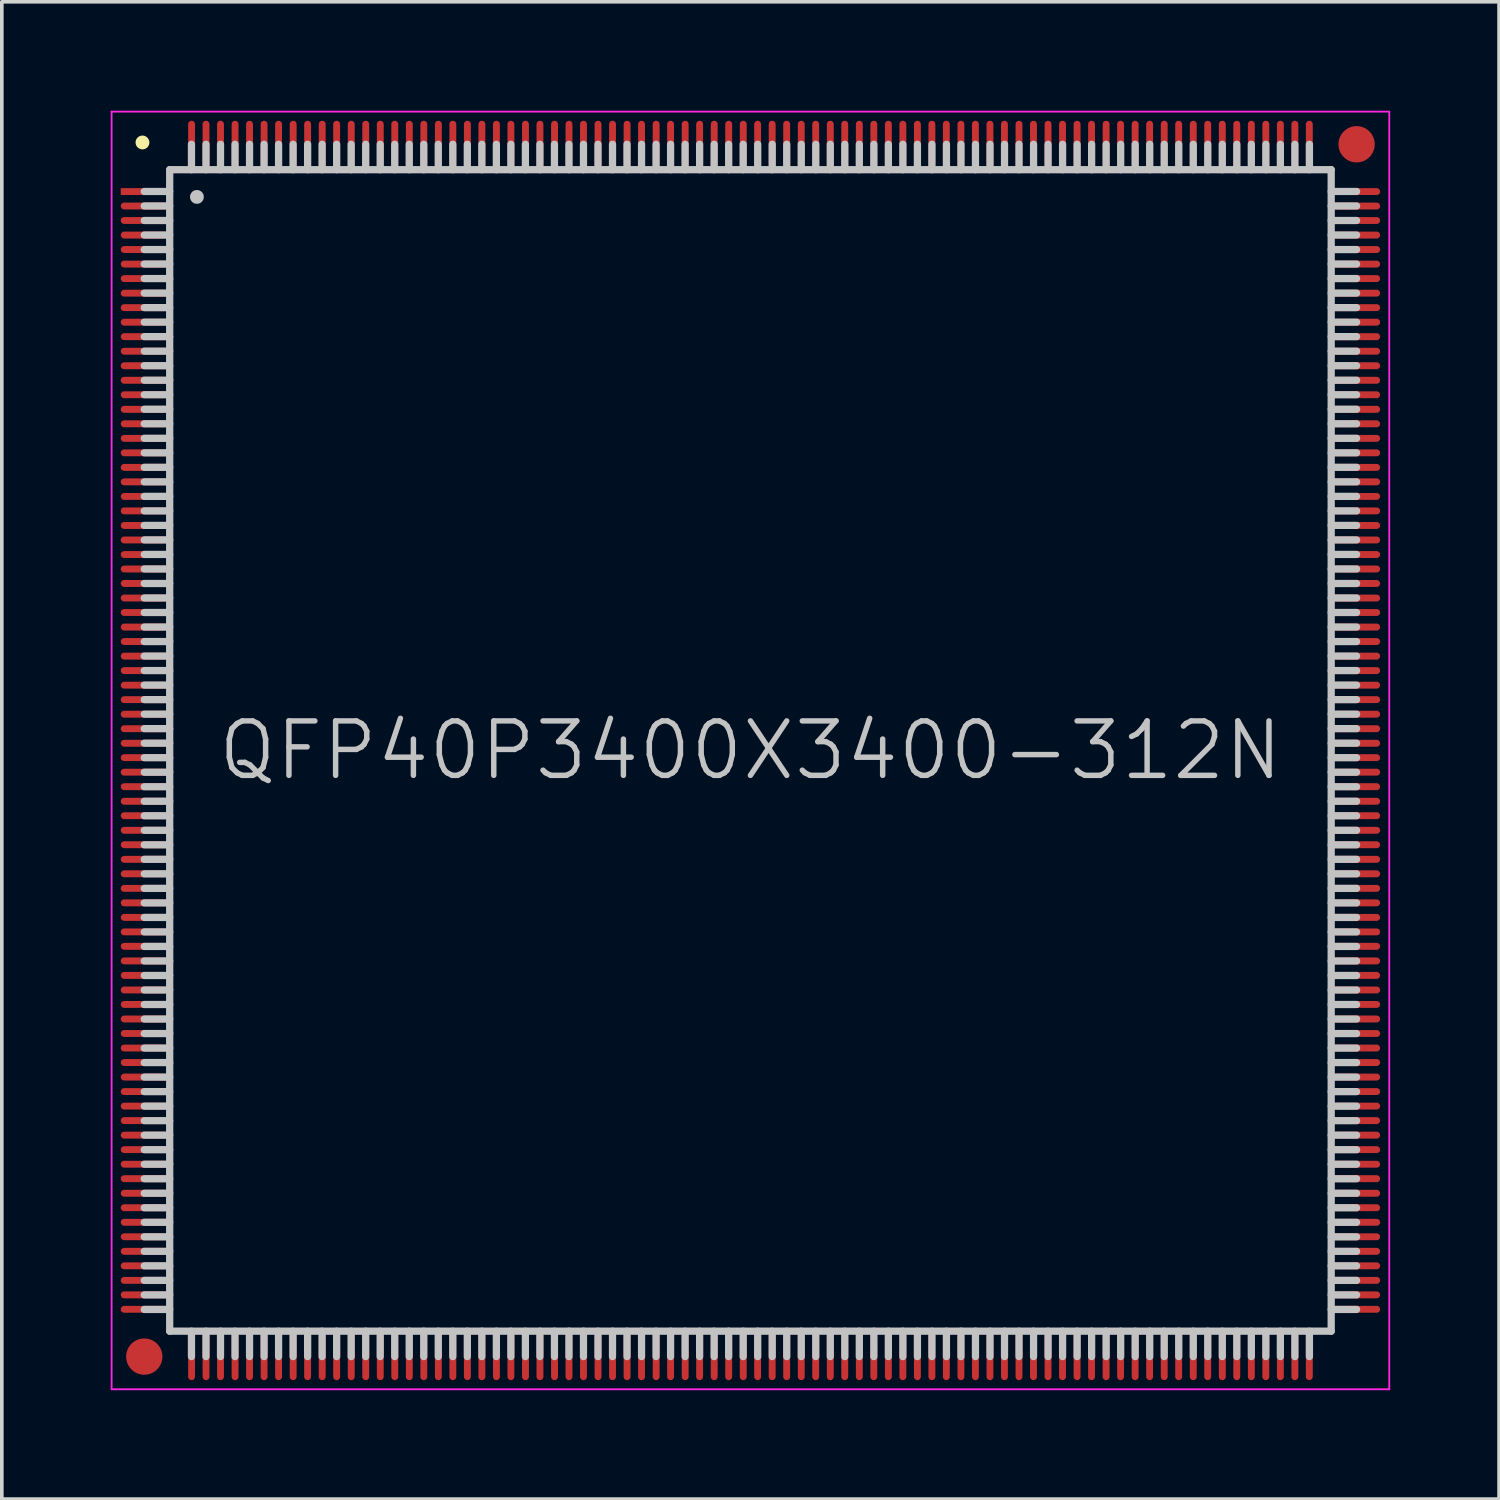
<source format=kicad_pcb>
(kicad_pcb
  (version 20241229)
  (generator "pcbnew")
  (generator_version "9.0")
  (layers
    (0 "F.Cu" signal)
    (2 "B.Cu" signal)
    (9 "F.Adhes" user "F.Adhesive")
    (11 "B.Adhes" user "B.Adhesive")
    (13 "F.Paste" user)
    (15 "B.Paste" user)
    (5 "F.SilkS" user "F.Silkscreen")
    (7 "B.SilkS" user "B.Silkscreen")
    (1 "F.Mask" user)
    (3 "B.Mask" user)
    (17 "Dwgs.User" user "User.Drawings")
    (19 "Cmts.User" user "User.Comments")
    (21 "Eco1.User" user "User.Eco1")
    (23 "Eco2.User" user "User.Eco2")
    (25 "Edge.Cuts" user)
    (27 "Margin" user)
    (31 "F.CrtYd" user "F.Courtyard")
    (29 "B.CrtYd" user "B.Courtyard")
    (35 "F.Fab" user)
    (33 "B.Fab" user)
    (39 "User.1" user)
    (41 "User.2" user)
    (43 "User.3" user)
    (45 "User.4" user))
  (footprint "QFP40P3400X3400-312N"
    (layer "F.Cu")
    (at 17.625 17.625)
    (property "Reference" "QFP40P3400X3400-312N" (at 0 0 0) (layer "Dwgs.User") (effects (font (size 1.5 1.5) (thickness 0.15))))
    (attr smd)
    (fp_line (start -16.75 -16.75) (end -16.75 -16.75) (stroke (width 0.381) (type solid)) (layer "F.SilkS"))
    (fp_line (start -16 -16) (end -16 16) (stroke (width 0.2) (type solid)) (layer "Dwgs.User"))
    (fp_line (start -16 -16) (end 16 -16) (stroke (width 0.2) (type solid)) (layer "Dwgs.User"))
    (fp_line (start -16 -15.4) (end -16.7 -15.4) (stroke (width 0.2) (type solid)) (layer "Dwgs.User"))
    (fp_line (start -16 -15) (end -16.7 -15) (stroke (width 0.2) (type solid)) (layer "Dwgs.User"))
    (fp_line (start -16 -14.6) (end -16.7 -14.6) (stroke (width 0.2) (type solid)) (layer "Dwgs.User"))
    (fp_line (start -16 -14.2) (end -16.7 -14.2) (stroke (width 0.2) (type solid)) (layer "Dwgs.User"))
    (fp_line (start -16 -13.8) (end -16.7 -13.8) (stroke (width 0.2) (type solid)) (layer "Dwgs.User"))
    (fp_line (start -16 -13.4) (end -16.7 -13.4) (stroke (width 0.2) (type solid)) (layer "Dwgs.User"))
    (fp_line (start -16 -13) (end -16.7 -13) (stroke (width 0.2) (type solid)) (layer "Dwgs.User"))
    (fp_line (start -16 -12.6) (end -16.7 -12.6) (stroke (width 0.2) (type solid)) (layer "Dwgs.User"))
    (fp_line (start -16 -12.2) (end -16.7 -12.2) (stroke (width 0.2) (type solid)) (layer "Dwgs.User"))
    (fp_line (start -16 -11.8) (end -16.7 -11.8) (stroke (width 0.2) (type solid)) (layer "Dwgs.User"))
    (fp_line (start -16 -11.4) (end -16.7 -11.4) (stroke (width 0.2) (type solid)) (layer "Dwgs.User"))
    (fp_line (start -16 -11) (end -16.7 -11) (stroke (width 0.2) (type solid)) (layer "Dwgs.User"))
    (fp_line (start -16 -10.6) (end -16.7 -10.6) (stroke (width 0.2) (type solid)) (layer "Dwgs.User"))
    (fp_line (start -16 -10.2) (end -16.7 -10.2) (stroke (width 0.2) (type solid)) (layer "Dwgs.User"))
    (fp_line (start -16 -9.8) (end -16.7 -9.8) (stroke (width 0.2) (type solid)) (layer "Dwgs.User"))
    (fp_line (start -16 -9.4) (end -16.7 -9.4) (stroke (width 0.2) (type solid)) (layer "Dwgs.User"))
    (fp_line (start -16 -9) (end -16.7 -9) (stroke (width 0.2) (type solid)) (layer "Dwgs.User"))
    (fp_line (start -16 -8.6) (end -16.7 -8.6) (stroke (width 0.2) (type solid)) (layer "Dwgs.User"))
    (fp_line (start -16 -8.2) (end -16.7 -8.2) (stroke (width 0.2) (type solid)) (layer "Dwgs.User"))
    (fp_line (start -16 -7.8) (end -16.7 -7.8) (stroke (width 0.2) (type solid)) (layer "Dwgs.User"))
    (fp_line (start -16 -7.4) (end -16.7 -7.4) (stroke (width 0.2) (type solid)) (layer "Dwgs.User"))
    (fp_line (start -16 -7) (end -16.7 -7) (stroke (width 0.2) (type solid)) (layer "Dwgs.User"))
    (fp_line (start -16 -6.6) (end -16.7 -6.6) (stroke (width 0.2) (type solid)) (layer "Dwgs.User"))
    (fp_line (start -16 -6.2) (end -16.7 -6.2) (stroke (width 0.2) (type solid)) (layer "Dwgs.User"))
    (fp_line (start -16 -5.8) (end -16.7 -5.8) (stroke (width 0.2) (type solid)) (layer "Dwgs.User"))
    (fp_line (start -16 -5.4) (end -16.7 -5.4) (stroke (width 0.2) (type solid)) (layer "Dwgs.User"))
    (fp_line (start -16 -5) (end -16.7 -5) (stroke (width 0.2) (type solid)) (layer "Dwgs.User"))
    (fp_line (start -16 -4.6) (end -16.7 -4.6) (stroke (width 0.2) (type solid)) (layer "Dwgs.User"))
    (fp_line (start -16 -4.2) (end -16.7 -4.2) (stroke (width 0.2) (type solid)) (layer "Dwgs.User"))
    (fp_line (start -16 -3.8) (end -16.7 -3.8) (stroke (width 0.2) (type solid)) (layer "Dwgs.User"))
    (fp_line (start -16 -3.4) (end -16.7 -3.4) (stroke (width 0.2) (type solid)) (layer "Dwgs.User"))
    (fp_line (start -16 -3) (end -16.7 -3) (stroke (width 0.2) (type solid)) (layer "Dwgs.User"))
    (fp_line (start -16 -2.6) (end -16.7 -2.6) (stroke (width 0.2) (type solid)) (layer "Dwgs.User"))
    (fp_line (start -16 -2.2) (end -16.7 -2.2) (stroke (width 0.2) (type solid)) (layer "Dwgs.User"))
    (fp_line (start -16 -1.8) (end -16.7 -1.8) (stroke (width 0.2) (type solid)) (layer "Dwgs.User"))
    (fp_line (start -16 -1.4) (end -16.7 -1.4) (stroke (width 0.2) (type solid)) (layer "Dwgs.User"))
    (fp_line (start -16 -1) (end -16.7 -1) (stroke (width 0.2) (type solid)) (layer "Dwgs.User"))
    (fp_line (start -16 -0.6) (end -16.7 -0.6) (stroke (width 0.2) (type solid)) (layer "Dwgs.User"))
    (fp_line (start -16 -0.2) (end -16.7 -0.2) (stroke (width 0.2) (type solid)) (layer "Dwgs.User"))
    (fp_line (start -16 0.2) (end -16.7 0.2) (stroke (width 0.2) (type solid)) (layer "Dwgs.User"))
    (fp_line (start -16 0.6) (end -16.7 0.6) (stroke (width 0.2) (type solid)) (layer "Dwgs.User"))
    (fp_line (start -16 1) (end -16.7 1) (stroke (width 0.2) (type solid)) (layer "Dwgs.User"))
    (fp_line (start -16 1.4) (end -16.7 1.4) (stroke (width 0.2) (type solid)) (layer "Dwgs.User"))
    (fp_line (start -16 1.8) (end -16.7 1.8) (stroke (width 0.2) (type solid)) (layer "Dwgs.User"))
    (fp_line (start -16 2.2) (end -16.7 2.2) (stroke (width 0.2) (type solid)) (layer "Dwgs.User"))
    (fp_line (start -16 2.6) (end -16.7 2.6) (stroke (width 0.2) (type solid)) (layer "Dwgs.User"))
    (fp_line (start -16 3) (end -16.7 3) (stroke (width 0.2) (type solid)) (layer "Dwgs.User"))
    (fp_line (start -16 3.4) (end -16.7 3.4) (stroke (width 0.2) (type solid)) (layer "Dwgs.User"))
    (fp_line (start -16 3.8) (end -16.7 3.8) (stroke (width 0.2) (type solid)) (layer "Dwgs.User"))
    (fp_line (start -16 4.2) (end -16.7 4.2) (stroke (width 0.2) (type solid)) (layer "Dwgs.User"))
    (fp_line (start -16 4.6) (end -16.7 4.6) (stroke (width 0.2) (type solid)) (layer "Dwgs.User"))
    (fp_line (start -16 5) (end -16.7 5) (stroke (width 0.2) (type solid)) (layer "Dwgs.User"))
    (fp_line (start -16 5.4) (end -16.7 5.4) (stroke (width 0.2) (type solid)) (layer "Dwgs.User"))
    (fp_line (start -16 5.8) (end -16.7 5.8) (stroke (width 0.2) (type solid)) (layer "Dwgs.User"))
    (fp_line (start -16 6.2) (end -16.7 6.2) (stroke (width 0.2) (type solid)) (layer "Dwgs.User"))
    (fp_line (start -16 6.6) (end -16.7 6.6) (stroke (width 0.2) (type solid)) (layer "Dwgs.User"))
    (fp_line (start -16 7) (end -16.7 7) (stroke (width 0.2) (type solid)) (layer "Dwgs.User"))
    (fp_line (start -16 7.4) (end -16.7 7.4) (stroke (width 0.2) (type solid)) (layer "Dwgs.User"))
    (fp_line (start -16 7.8) (end -16.7 7.8) (stroke (width 0.2) (type solid)) (layer "Dwgs.User"))
    (fp_line (start -16 8.2) (end -16.7 8.2) (stroke (width 0.2) (type solid)) (layer "Dwgs.User"))
    (fp_line (start -16 8.6) (end -16.7 8.6) (stroke (width 0.2) (type solid)) (layer "Dwgs.User"))
    (fp_line (start -16 9) (end -16.7 9) (stroke (width 0.2) (type solid)) (layer "Dwgs.User"))
    (fp_line (start -16 9.4) (end -16.7 9.4) (stroke (width 0.2) (type solid)) (layer "Dwgs.User"))
    (fp_line (start -16 9.8) (end -16.7 9.8) (stroke (width 0.2) (type solid)) (layer "Dwgs.User"))
    (fp_line (start -16 10.2) (end -16.7 10.2) (stroke (width 0.2) (type solid)) (layer "Dwgs.User"))
    (fp_line (start -16 10.6) (end -16.7 10.6) (stroke (width 0.2) (type solid)) (layer "Dwgs.User"))
    (fp_line (start -16 11) (end -16.7 11) (stroke (width 0.2) (type solid)) (layer "Dwgs.User"))
    (fp_line (start -16 11.4) (end -16.7 11.4) (stroke (width 0.2) (type solid)) (layer "Dwgs.User"))
    (fp_line (start -16 11.8) (end -16.7 11.8) (stroke (width 0.2) (type solid)) (layer "Dwgs.User"))
    (fp_line (start -16 12.2) (end -16.7 12.2) (stroke (width 0.2) (type solid)) (layer "Dwgs.User"))
    (fp_line (start -16 12.6) (end -16.7 12.6) (stroke (width 0.2) (type solid)) (layer "Dwgs.User"))
    (fp_line (start -16 13) (end -16.7 13) (stroke (width 0.2) (type solid)) (layer "Dwgs.User"))
    (fp_line (start -16 13.4) (end -16.7 13.4) (stroke (width 0.2) (type solid)) (layer "Dwgs.User"))
    (fp_line (start -16 13.8) (end -16.7 13.8) (stroke (width 0.2) (type solid)) (layer "Dwgs.User"))
    (fp_line (start -16 14.2) (end -16.7 14.2) (stroke (width 0.2) (type solid)) (layer "Dwgs.User"))
    (fp_line (start -16 14.6) (end -16.7 14.6) (stroke (width 0.2) (type solid)) (layer "Dwgs.User"))
    (fp_line (start -16 15) (end -16.7 15) (stroke (width 0.2) (type solid)) (layer "Dwgs.User"))
    (fp_line (start -16 15.4) (end -16.7 15.4) (stroke (width 0.2) (type solid)) (layer "Dwgs.User"))
    (fp_line (start -16 16) (end 16 16) (stroke (width 0.2) (type solid)) (layer "Dwgs.User"))
    (fp_line (start -15.4 -16) (end -15.4 -16.7) (stroke (width 0.2) (type solid)) (layer "Dwgs.User"))
    (fp_line (start -15.4 16.7) (end -15.4 16) (stroke (width 0.2) (type solid)) (layer "Dwgs.User"))
    (fp_line (start -15.25 -15.25) (end -15.25 -15.25) (stroke (width 0.381) (type solid)) (layer "Dwgs.User"))
    (fp_line (start -15 -16) (end -15 -16.7) (stroke (width 0.2) (type solid)) (layer "Dwgs.User"))
    (fp_line (start -15 16.7) (end -15 16) (stroke (width 0.2) (type solid)) (layer "Dwgs.User"))
    (fp_line (start -14.6 -16) (end -14.6 -16.7) (stroke (width 0.2) (type solid)) (layer "Dwgs.User"))
    (fp_line (start -14.6 16.7) (end -14.6 16) (stroke (width 0.2) (type solid)) (layer "Dwgs.User"))
    (fp_line (start -14.2 -16) (end -14.2 -16.7) (stroke (width 0.2) (type solid)) (layer "Dwgs.User"))
    (fp_line (start -14.2 16.7) (end -14.2 16) (stroke (width 0.2) (type solid)) (layer "Dwgs.User"))
    (fp_line (start -13.8 -16) (end -13.8 -16.7) (stroke (width 0.2) (type solid)) (layer "Dwgs.User"))
    (fp_line (start -13.8 16.7) (end -13.8 16) (stroke (width 0.2) (type solid)) (layer "Dwgs.User"))
    (fp_line (start -13.4 -16) (end -13.4 -16.7) (stroke (width 0.2) (type solid)) (layer "Dwgs.User"))
    (fp_line (start -13.4 16.7) (end -13.4 16) (stroke (width 0.2) (type solid)) (layer "Dwgs.User"))
    (fp_line (start -13 -16) (end -13 -16.7) (stroke (width 0.2) (type solid)) (layer "Dwgs.User"))
    (fp_line (start -13 16.7) (end -13 16) (stroke (width 0.2) (type solid)) (layer "Dwgs.User"))
    (fp_line (start -12.6 -16) (end -12.6 -16.7) (stroke (width 0.2) (type solid)) (layer "Dwgs.User"))
    (fp_line (start -12.6 16.7) (end -12.6 16) (stroke (width 0.2) (type solid)) (layer "Dwgs.User"))
    (fp_line (start -12.2 -16) (end -12.2 -16.7) (stroke (width 0.2) (type solid)) (layer "Dwgs.User"))
    (fp_line (start -12.2 16.7) (end -12.2 16) (stroke (width 0.2) (type solid)) (layer "Dwgs.User"))
    (fp_line (start -11.8 -16) (end -11.8 -16.7) (stroke (width 0.2) (type solid)) (layer "Dwgs.User"))
    (fp_line (start -11.8 16.7) (end -11.8 16) (stroke (width 0.2) (type solid)) (layer "Dwgs.User"))
    (fp_line (start -11.4 -16) (end -11.4 -16.7) (stroke (width 0.2) (type solid)) (layer "Dwgs.User"))
    (fp_line (start -11.4 16.7) (end -11.4 16) (stroke (width 0.2) (type solid)) (layer "Dwgs.User"))
    (fp_line (start -11 -16) (end -11 -16.7) (stroke (width 0.2) (type solid)) (layer "Dwgs.User"))
    (fp_line (start -11 16.7) (end -11 16) (stroke (width 0.2) (type solid)) (layer "Dwgs.User"))
    (fp_line (start -10.6 -16) (end -10.6 -16.7) (stroke (width 0.2) (type solid)) (layer "Dwgs.User"))
    (fp_line (start -10.6 16.7) (end -10.6 16) (stroke (width 0.2) (type solid)) (layer "Dwgs.User"))
    (fp_line (start -10.2 -16) (end -10.2 -16.7) (stroke (width 0.2) (type solid)) (layer "Dwgs.User"))
    (fp_line (start -10.2 16.7) (end -10.2 16) (stroke (width 0.2) (type solid)) (layer "Dwgs.User"))
    (fp_line (start -9.8 -16) (end -9.8 -16.7) (stroke (width 0.2) (type solid)) (layer "Dwgs.User"))
    (fp_line (start -9.8 16.7) (end -9.8 16) (stroke (width 0.2) (type solid)) (layer "Dwgs.User"))
    (fp_line (start -9.4 -16) (end -9.4 -16.7) (stroke (width 0.2) (type solid)) (layer "Dwgs.User"))
    (fp_line (start -9.4 16.7) (end -9.4 16) (stroke (width 0.2) (type solid)) (layer "Dwgs.User"))
    (fp_line (start -9 -16) (end -9 -16.7) (stroke (width 0.2) (type solid)) (layer "Dwgs.User"))
    (fp_line (start -9 16.7) (end -9 16) (stroke (width 0.2) (type solid)) (layer "Dwgs.User"))
    (fp_line (start -8.6 -16) (end -8.6 -16.7) (stroke (width 0.2) (type solid)) (layer "Dwgs.User"))
    (fp_line (start -8.6 16.7) (end -8.6 16) (stroke (width 0.2) (type solid)) (layer "Dwgs.User"))
    (fp_line (start -8.2 -16) (end -8.2 -16.7) (stroke (width 0.2) (type solid)) (layer "Dwgs.User"))
    (fp_line (start -8.2 16.7) (end -8.2 16) (stroke (width 0.2) (type solid)) (layer "Dwgs.User"))
    (fp_line (start -7.8 -16) (end -7.8 -16.7) (stroke (width 0.2) (type solid)) (layer "Dwgs.User"))
    (fp_line (start -7.8 16.7) (end -7.8 16) (stroke (width 0.2) (type solid)) (layer "Dwgs.User"))
    (fp_line (start -7.4 -16) (end -7.4 -16.7) (stroke (width 0.2) (type solid)) (layer "Dwgs.User"))
    (fp_line (start -7.4 16.7) (end -7.4 16) (stroke (width 0.2) (type solid)) (layer "Dwgs.User"))
    (fp_line (start -7 -16) (end -7 -16.7) (stroke (width 0.2) (type solid)) (layer "Dwgs.User"))
    (fp_line (start -7 16.7) (end -7 16) (stroke (width 0.2) (type solid)) (layer "Dwgs.User"))
    (fp_line (start -6.6 -16) (end -6.6 -16.7) (stroke (width 0.2) (type solid)) (layer "Dwgs.User"))
    (fp_line (start -6.6 16.7) (end -6.6 16) (stroke (width 0.2) (type solid)) (layer "Dwgs.User"))
    (fp_line (start -6.2 -16) (end -6.2 -16.7) (stroke (width 0.2) (type solid)) (layer "Dwgs.User"))
    (fp_line (start -6.2 16.7) (end -6.2 16) (stroke (width 0.2) (type solid)) (layer "Dwgs.User"))
    (fp_line (start -5.8 -16) (end -5.8 -16.7) (stroke (width 0.2) (type solid)) (layer "Dwgs.User"))
    (fp_line (start -5.8 16.7) (end -5.8 16) (stroke (width 0.2) (type solid)) (layer "Dwgs.User"))
    (fp_line (start -5.4 -16) (end -5.4 -16.7) (stroke (width 0.2) (type solid)) (layer "Dwgs.User"))
    (fp_line (start -5.4 16.7) (end -5.4 16) (stroke (width 0.2) (type solid)) (layer "Dwgs.User"))
    (fp_line (start -5 -16) (end -5 -16.7) (stroke (width 0.2) (type solid)) (layer "Dwgs.User"))
    (fp_line (start -5 16.7) (end -5 16) (stroke (width 0.2) (type solid)) (layer "Dwgs.User"))
    (fp_line (start -4.6 -16) (end -4.6 -16.7) (stroke (width 0.2) (type solid)) (layer "Dwgs.User"))
    (fp_line (start -4.6 16.7) (end -4.6 16) (stroke (width 0.2) (type solid)) (layer "Dwgs.User"))
    (fp_line (start -4.2 -16) (end -4.2 -16.7) (stroke (width 0.2) (type solid)) (layer "Dwgs.User"))
    (fp_line (start -4.2 16.7) (end -4.2 16) (stroke (width 0.2) (type solid)) (layer "Dwgs.User"))
    (fp_line (start -3.8 -16) (end -3.8 -16.7) (stroke (width 0.2) (type solid)) (layer "Dwgs.User"))
    (fp_line (start -3.8 16.7) (end -3.8 16) (stroke (width 0.2) (type solid)) (layer "Dwgs.User"))
    (fp_line (start -3.4 -16) (end -3.4 -16.7) (stroke (width 0.2) (type solid)) (layer "Dwgs.User"))
    (fp_line (start -3.4 16.7) (end -3.4 16) (stroke (width 0.2) (type solid)) (layer "Dwgs.User"))
    (fp_line (start -3 -16) (end -3 -16.7) (stroke (width 0.2) (type solid)) (layer "Dwgs.User"))
    (fp_line (start -3 16.7) (end -3 16) (stroke (width 0.2) (type solid)) (layer "Dwgs.User"))
    (fp_line (start -2.6 -16) (end -2.6 -16.7) (stroke (width 0.2) (type solid)) (layer "Dwgs.User"))
    (fp_line (start -2.6 16.7) (end -2.6 16) (stroke (width 0.2) (type solid)) (layer "Dwgs.User"))
    (fp_line (start -2.2 -16) (end -2.2 -16.7) (stroke (width 0.2) (type solid)) (layer "Dwgs.User"))
    (fp_line (start -2.2 16.7) (end -2.2 16) (stroke (width 0.2) (type solid)) (layer "Dwgs.User"))
    (fp_line (start -1.8 -16) (end -1.8 -16.7) (stroke (width 0.2) (type solid)) (layer "Dwgs.User"))
    (fp_line (start -1.8 16.7) (end -1.8 16) (stroke (width 0.2) (type solid)) (layer "Dwgs.User"))
    (fp_line (start -1.4 -16) (end -1.4 -16.7) (stroke (width 0.2) (type solid)) (layer "Dwgs.User"))
    (fp_line (start -1.4 16.7) (end -1.4 16) (stroke (width 0.2) (type solid)) (layer "Dwgs.User"))
    (fp_line (start -1 -16) (end -1 -16.7) (stroke (width 0.2) (type solid)) (layer "Dwgs.User"))
    (fp_line (start -1 16.7) (end -1 16) (stroke (width 0.2) (type solid)) (layer "Dwgs.User"))
    (fp_line (start -0.6 -16) (end -0.6 -16.7) (stroke (width 0.2) (type solid)) (layer "Dwgs.User"))
    (fp_line (start -0.6 16.7) (end -0.6 16) (stroke (width 0.2) (type solid)) (layer "Dwgs.User"))
    (fp_line (start -0.2 -16) (end -0.2 -16.7) (stroke (width 0.2) (type solid)) (layer "Dwgs.User"))
    (fp_line (start -0.2 16.7) (end -0.2 16) (stroke (width 0.2) (type solid)) (layer "Dwgs.User"))
    (fp_line (start 0.2 -16) (end 0.2 -16.7) (stroke (width 0.2) (type solid)) (layer "Dwgs.User"))
    (fp_line (start 0.2 16.7) (end 0.2 16) (stroke (width 0.2) (type solid)) (layer "Dwgs.User"))
    (fp_line (start 0.6 -16) (end 0.6 -16.7) (stroke (width 0.2) (type solid)) (layer "Dwgs.User"))
    (fp_line (start 0.6 16.7) (end 0.6 16) (stroke (width 0.2) (type solid)) (layer "Dwgs.User"))
    (fp_line (start 1 -16) (end 1 -16.7) (stroke (width 0.2) (type solid)) (layer "Dwgs.User"))
    (fp_line (start 1 16.7) (end 1 16) (stroke (width 0.2) (type solid)) (layer "Dwgs.User"))
    (fp_line (start 1.4 -16) (end 1.4 -16.7) (stroke (width 0.2) (type solid)) (layer "Dwgs.User"))
    (fp_line (start 1.4 16.7) (end 1.4 16) (stroke (width 0.2) (type solid)) (layer "Dwgs.User"))
    (fp_line (start 1.8 -16) (end 1.8 -16.7) (stroke (width 0.2) (type solid)) (layer "Dwgs.User"))
    (fp_line (start 1.8 16.7) (end 1.8 16) (stroke (width 0.2) (type solid)) (layer "Dwgs.User"))
    (fp_line (start 2.2 -16) (end 2.2 -16.7) (stroke (width 0.2) (type solid)) (layer "Dwgs.User"))
    (fp_line (start 2.2 16.7) (end 2.2 16) (stroke (width 0.2) (type solid)) (layer "Dwgs.User"))
    (fp_line (start 2.6 -16) (end 2.6 -16.7) (stroke (width 0.2) (type solid)) (layer "Dwgs.User"))
    (fp_line (start 2.6 16.7) (end 2.6 16) (stroke (width 0.2) (type solid)) (layer "Dwgs.User"))
    (fp_line (start 3 -16) (end 3 -16.7) (stroke (width 0.2) (type solid)) (layer "Dwgs.User"))
    (fp_line (start 3 16.7) (end 3 16) (stroke (width 0.2) (type solid)) (layer "Dwgs.User"))
    (fp_line (start 3.4 -16) (end 3.4 -16.7) (stroke (width 0.2) (type solid)) (layer "Dwgs.User"))
    (fp_line (start 3.4 16.7) (end 3.4 16) (stroke (width 0.2) (type solid)) (layer "Dwgs.User"))
    (fp_line (start 3.8 -16) (end 3.8 -16.7) (stroke (width 0.2) (type solid)) (layer "Dwgs.User"))
    (fp_line (start 3.8 16.7) (end 3.8 16) (stroke (width 0.2) (type solid)) (layer "Dwgs.User"))
    (fp_line (start 4.2 -16) (end 4.2 -16.7) (stroke (width 0.2) (type solid)) (layer "Dwgs.User"))
    (fp_line (start 4.2 16.7) (end 4.2 16) (stroke (width 0.2) (type solid)) (layer "Dwgs.User"))
    (fp_line (start 4.6 -16) (end 4.6 -16.7) (stroke (width 0.2) (type solid)) (layer "Dwgs.User"))
    (fp_line (start 4.6 16.7) (end 4.6 16) (stroke (width 0.2) (type solid)) (layer "Dwgs.User"))
    (fp_line (start 5 -16) (end 5 -16.7) (stroke (width 0.2) (type solid)) (layer "Dwgs.User"))
    (fp_line (start 5 16.7) (end 5 16) (stroke (width 0.2) (type solid)) (layer "Dwgs.User"))
    (fp_line (start 5.4 -16) (end 5.4 -16.7) (stroke (width 0.2) (type solid)) (layer "Dwgs.User"))
    (fp_line (start 5.4 16.7) (end 5.4 16) (stroke (width 0.2) (type solid)) (layer "Dwgs.User"))
    (fp_line (start 5.8 -16) (end 5.8 -16.7) (stroke (width 0.2) (type solid)) (layer "Dwgs.User"))
    (fp_line (start 5.8 16.7) (end 5.8 16) (stroke (width 0.2) (type solid)) (layer "Dwgs.User"))
    (fp_line (start 6.2 -16) (end 6.2 -16.7) (stroke (width 0.2) (type solid)) (layer "Dwgs.User"))
    (fp_line (start 6.2 16.7) (end 6.2 16) (stroke (width 0.2) (type solid)) (layer "Dwgs.User"))
    (fp_line (start 6.6 -16) (end 6.6 -16.7) (stroke (width 0.2) (type solid)) (layer "Dwgs.User"))
    (fp_line (start 6.6 16.7) (end 6.6 16) (stroke (width 0.2) (type solid)) (layer "Dwgs.User"))
    (fp_line (start 7 -16) (end 7 -16.7) (stroke (width 0.2) (type solid)) (layer "Dwgs.User"))
    (fp_line (start 7 16.7) (end 7 16) (stroke (width 0.2) (type solid)) (layer "Dwgs.User"))
    (fp_line (start 7.4 -16) (end 7.4 -16.7) (stroke (width 0.2) (type solid)) (layer "Dwgs.User"))
    (fp_line (start 7.4 16.7) (end 7.4 16) (stroke (width 0.2) (type solid)) (layer "Dwgs.User"))
    (fp_line (start 7.8 -16) (end 7.8 -16.7) (stroke (width 0.2) (type solid)) (layer "Dwgs.User"))
    (fp_line (start 7.8 16.7) (end 7.8 16) (stroke (width 0.2) (type solid)) (layer "Dwgs.User"))
    (fp_line (start 8.2 -16) (end 8.2 -16.7) (stroke (width 0.2) (type solid)) (layer "Dwgs.User"))
    (fp_line (start 8.2 16.7) (end 8.2 16) (stroke (width 0.2) (type solid)) (layer "Dwgs.User"))
    (fp_line (start 8.6 -16) (end 8.6 -16.7) (stroke (width 0.2) (type solid)) (layer "Dwgs.User"))
    (fp_line (start 8.6 16.7) (end 8.6 16) (stroke (width 0.2) (type solid)) (layer "Dwgs.User"))
    (fp_line (start 9 -16) (end 9 -16.7) (stroke (width 0.2) (type solid)) (layer "Dwgs.User"))
    (fp_line (start 9 16.7) (end 9 16) (stroke (width 0.2) (type solid)) (layer "Dwgs.User"))
    (fp_line (start 9.4 -16) (end 9.4 -16.7) (stroke (width 0.2) (type solid)) (layer "Dwgs.User"))
    (fp_line (start 9.4 16.7) (end 9.4 16) (stroke (width 0.2) (type solid)) (layer "Dwgs.User"))
    (fp_line (start 9.8 -16) (end 9.8 -16.7) (stroke (width 0.2) (type solid)) (layer "Dwgs.User"))
    (fp_line (start 9.8 16.7) (end 9.8 16) (stroke (width 0.2) (type solid)) (layer "Dwgs.User"))
    (fp_line (start 10.2 -16) (end 10.2 -16.7) (stroke (width 0.2) (type solid)) (layer "Dwgs.User"))
    (fp_line (start 10.2 16.7) (end 10.2 16) (stroke (width 0.2) (type solid)) (layer "Dwgs.User"))
    (fp_line (start 10.6 -16) (end 10.6 -16.7) (stroke (width 0.2) (type solid)) (layer "Dwgs.User"))
    (fp_line (start 10.6 16.7) (end 10.6 16) (stroke (width 0.2) (type solid)) (layer "Dwgs.User"))
    (fp_line (start 11 -16) (end 11 -16.7) (stroke (width 0.2) (type solid)) (layer "Dwgs.User"))
    (fp_line (start 11 16.7) (end 11 16) (stroke (width 0.2) (type solid)) (layer "Dwgs.User"))
    (fp_line (start 11.4 -16) (end 11.4 -16.7) (stroke (width 0.2) (type solid)) (layer "Dwgs.User"))
    (fp_line (start 11.4 16.7) (end 11.4 16) (stroke (width 0.2) (type solid)) (layer "Dwgs.User"))
    (fp_line (start 11.8 -16) (end 11.8 -16.7) (stroke (width 0.2) (type solid)) (layer "Dwgs.User"))
    (fp_line (start 11.8 16.7) (end 11.8 16) (stroke (width 0.2) (type solid)) (layer "Dwgs.User"))
    (fp_line (start 12.2 -16) (end 12.2 -16.7) (stroke (width 0.2) (type solid)) (layer "Dwgs.User"))
    (fp_line (start 12.2 16.7) (end 12.2 16) (stroke (width 0.2) (type solid)) (layer "Dwgs.User"))
    (fp_line (start 12.6 -16) (end 12.6 -16.7) (stroke (width 0.2) (type solid)) (layer "Dwgs.User"))
    (fp_line (start 12.6 16.7) (end 12.6 16) (stroke (width 0.2) (type solid)) (layer "Dwgs.User"))
    (fp_line (start 13 -16) (end 13 -16.7) (stroke (width 0.2) (type solid)) (layer "Dwgs.User"))
    (fp_line (start 13 16.7) (end 13 16) (stroke (width 0.2) (type solid)) (layer "Dwgs.User"))
    (fp_line (start 13.4 -16) (end 13.4 -16.7) (stroke (width 0.2) (type solid)) (layer "Dwgs.User"))
    (fp_line (start 13.4 16.7) (end 13.4 16) (stroke (width 0.2) (type solid)) (layer "Dwgs.User"))
    (fp_line (start 13.8 -16) (end 13.8 -16.7) (stroke (width 0.2) (type solid)) (layer "Dwgs.User"))
    (fp_line (start 13.8 16.7) (end 13.8 16) (stroke (width 0.2) (type solid)) (layer "Dwgs.User"))
    (fp_line (start 14.2 -16) (end 14.2 -16.7) (stroke (width 0.2) (type solid)) (layer "Dwgs.User"))
    (fp_line (start 14.2 16.7) (end 14.2 16) (stroke (width 0.2) (type solid)) (layer "Dwgs.User"))
    (fp_line (start 14.6 -16) (end 14.6 -16.7) (stroke (width 0.2) (type solid)) (layer "Dwgs.User"))
    (fp_line (start 14.6 16.7) (end 14.6 16) (stroke (width 0.2) (type solid)) (layer "Dwgs.User"))
    (fp_line (start 15 -16) (end 15 -16.7) (stroke (width 0.2) (type solid)) (layer "Dwgs.User"))
    (fp_line (start 15 16.7) (end 15 16) (stroke (width 0.2) (type solid)) (layer "Dwgs.User"))
    (fp_line (start 15.4 -16) (end 15.4 -16.7) (stroke (width 0.2) (type solid)) (layer "Dwgs.User"))
    (fp_line (start 15.4 16.7) (end 15.4 16) (stroke (width 0.2) (type solid)) (layer "Dwgs.User"))
    (fp_line (start 16 -16) (end 16 16) (stroke (width 0.2) (type solid)) (layer "Dwgs.User"))
    (fp_line (start 16.7 -15.4) (end 16 -15.4) (stroke (width 0.2) (type solid)) (layer "Dwgs.User"))
    (fp_line (start 16.7 -15) (end 16 -15) (stroke (width 0.2) (type solid)) (layer "Dwgs.User"))
    (fp_line (start 16.7 -14.6) (end 16 -14.6) (stroke (width 0.2) (type solid)) (layer "Dwgs.User"))
    (fp_line (start 16.7 -14.2) (end 16 -14.2) (stroke (width 0.2) (type solid)) (layer "Dwgs.User"))
    (fp_line (start 16.7 -13.8) (end 16 -13.8) (stroke (width 0.2) (type solid)) (layer "Dwgs.User"))
    (fp_line (start 16.7 -13.4) (end 16 -13.4) (stroke (width 0.2) (type solid)) (layer "Dwgs.User"))
    (fp_line (start 16.7 -13) (end 16 -13) (stroke (width 0.2) (type solid)) (layer "Dwgs.User"))
    (fp_line (start 16.7 -12.6) (end 16 -12.6) (stroke (width 0.2) (type solid)) (layer "Dwgs.User"))
    (fp_line (start 16.7 -12.2) (end 16 -12.2) (stroke (width 0.2) (type solid)) (layer "Dwgs.User"))
    (fp_line (start 16.7 -11.8) (end 16 -11.8) (stroke (width 0.2) (type solid)) (layer "Dwgs.User"))
    (fp_line (start 16.7 -11.4) (end 16 -11.4) (stroke (width 0.2) (type solid)) (layer "Dwgs.User"))
    (fp_line (start 16.7 -11) (end 16 -11) (stroke (width 0.2) (type solid)) (layer "Dwgs.User"))
    (fp_line (start 16.7 -10.6) (end 16 -10.6) (stroke (width 0.2) (type solid)) (layer "Dwgs.User"))
    (fp_line (start 16.7 -10.2) (end 16 -10.2) (stroke (width 0.2) (type solid)) (layer "Dwgs.User"))
    (fp_line (start 16.7 -9.8) (end 16 -9.8) (stroke (width 0.2) (type solid)) (layer "Dwgs.User"))
    (fp_line (start 16.7 -9.4) (end 16 -9.4) (stroke (width 0.2) (type solid)) (layer "Dwgs.User"))
    (fp_line (start 16.7 -9) (end 16 -9) (stroke (width 0.2) (type solid)) (layer "Dwgs.User"))
    (fp_line (start 16.7 -8.6) (end 16 -8.6) (stroke (width 0.2) (type solid)) (layer "Dwgs.User"))
    (fp_line (start 16.7 -8.2) (end 16 -8.2) (stroke (width 0.2) (type solid)) (layer "Dwgs.User"))
    (fp_line (start 16.7 -7.8) (end 16 -7.8) (stroke (width 0.2) (type solid)) (layer "Dwgs.User"))
    (fp_line (start 16.7 -7.4) (end 16 -7.4) (stroke (width 0.2) (type solid)) (layer "Dwgs.User"))
    (fp_line (start 16.7 -7) (end 16 -7) (stroke (width 0.2) (type solid)) (layer "Dwgs.User"))
    (fp_line (start 16.7 -6.6) (end 16 -6.6) (stroke (width 0.2) (type solid)) (layer "Dwgs.User"))
    (fp_line (start 16.7 -6.2) (end 16 -6.2) (stroke (width 0.2) (type solid)) (layer "Dwgs.User"))
    (fp_line (start 16.7 -5.8) (end 16 -5.8) (stroke (width 0.2) (type solid)) (layer "Dwgs.User"))
    (fp_line (start 16.7 -5.4) (end 16 -5.4) (stroke (width 0.2) (type solid)) (layer "Dwgs.User"))
    (fp_line (start 16.7 -5) (end 16 -5) (stroke (width 0.2) (type solid)) (layer "Dwgs.User"))
    (fp_line (start 16.7 -4.6) (end 16 -4.6) (stroke (width 0.2) (type solid)) (layer "Dwgs.User"))
    (fp_line (start 16.7 -4.2) (end 16 -4.2) (stroke (width 0.2) (type solid)) (layer "Dwgs.User"))
    (fp_line (start 16.7 -3.8) (end 16 -3.8) (stroke (width 0.2) (type solid)) (layer "Dwgs.User"))
    (fp_line (start 16.7 -3.4) (end 16 -3.4) (stroke (width 0.2) (type solid)) (layer "Dwgs.User"))
    (fp_line (start 16.7 -3) (end 16 -3) (stroke (width 0.2) (type solid)) (layer "Dwgs.User"))
    (fp_line (start 16.7 -2.6) (end 16 -2.6) (stroke (width 0.2) (type solid)) (layer "Dwgs.User"))
    (fp_line (start 16.7 -2.2) (end 16 -2.2) (stroke (width 0.2) (type solid)) (layer "Dwgs.User"))
    (fp_line (start 16.7 -1.8) (end 16 -1.8) (stroke (width 0.2) (type solid)) (layer "Dwgs.User"))
    (fp_line (start 16.7 -1.4) (end 16 -1.4) (stroke (width 0.2) (type solid)) (layer "Dwgs.User"))
    (fp_line (start 16.7 -1) (end 16 -1) (stroke (width 0.2) (type solid)) (layer "Dwgs.User"))
    (fp_line (start 16.7 -0.6) (end 16 -0.6) (stroke (width 0.2) (type solid)) (layer "Dwgs.User"))
    (fp_line (start 16.7 -0.2) (end 16 -0.2) (stroke (width 0.2) (type solid)) (layer "Dwgs.User"))
    (fp_line (start 16.7 0.2) (end 16 0.2) (stroke (width 0.2) (type solid)) (layer "Dwgs.User"))
    (fp_line (start 16.7 0.6) (end 16 0.6) (stroke (width 0.2) (type solid)) (layer "Dwgs.User"))
    (fp_line (start 16.7 1) (end 16 1) (stroke (width 0.2) (type solid)) (layer "Dwgs.User"))
    (fp_line (start 16.7 1.4) (end 16 1.4) (stroke (width 0.2) (type solid)) (layer "Dwgs.User"))
    (fp_line (start 16.7 1.8) (end 16 1.8) (stroke (width 0.2) (type solid)) (layer "Dwgs.User"))
    (fp_line (start 16.7 2.2) (end 16 2.2) (stroke (width 0.2) (type solid)) (layer "Dwgs.User"))
    (fp_line (start 16.7 2.6) (end 16 2.6) (stroke (width 0.2) (type solid)) (layer "Dwgs.User"))
    (fp_line (start 16.7 3) (end 16 3) (stroke (width 0.2) (type solid)) (layer "Dwgs.User"))
    (fp_line (start 16.7 3.4) (end 16 3.4) (stroke (width 0.2) (type solid)) (layer "Dwgs.User"))
    (fp_line (start 16.7 3.8) (end 16 3.8) (stroke (width 0.2) (type solid)) (layer "Dwgs.User"))
    (fp_line (start 16.7 4.2) (end 16 4.2) (stroke (width 0.2) (type solid)) (layer "Dwgs.User"))
    (fp_line (start 16.7 4.6) (end 16 4.6) (stroke (width 0.2) (type solid)) (layer "Dwgs.User"))
    (fp_line (start 16.7 5) (end 16 5) (stroke (width 0.2) (type solid)) (layer "Dwgs.User"))
    (fp_line (start 16.7 5.4) (end 16 5.4) (stroke (width 0.2) (type solid)) (layer "Dwgs.User"))
    (fp_line (start 16.7 5.8) (end 16 5.8) (stroke (width 0.2) (type solid)) (layer "Dwgs.User"))
    (fp_line (start 16.7 6.2) (end 16 6.2) (stroke (width 0.2) (type solid)) (layer "Dwgs.User"))
    (fp_line (start 16.7 6.6) (end 16 6.6) (stroke (width 0.2) (type solid)) (layer "Dwgs.User"))
    (fp_line (start 16.7 7) (end 16 7) (stroke (width 0.2) (type solid)) (layer "Dwgs.User"))
    (fp_line (start 16.7 7.4) (end 16 7.4) (stroke (width 0.2) (type solid)) (layer "Dwgs.User"))
    (fp_line (start 16.7 7.8) (end 16 7.8) (stroke (width 0.2) (type solid)) (layer "Dwgs.User"))
    (fp_line (start 16.7 8.2) (end 16 8.2) (stroke (width 0.2) (type solid)) (layer "Dwgs.User"))
    (fp_line (start 16.7 8.6) (end 16 8.6) (stroke (width 0.2) (type solid)) (layer "Dwgs.User"))
    (fp_line (start 16.7 9) (end 16 9) (stroke (width 0.2) (type solid)) (layer "Dwgs.User"))
    (fp_line (start 16.7 9.4) (end 16 9.4) (stroke (width 0.2) (type solid)) (layer "Dwgs.User"))
    (fp_line (start 16.7 9.8) (end 16 9.8) (stroke (width 0.2) (type solid)) (layer "Dwgs.User"))
    (fp_line (start 16.7 10.2) (end 16 10.2) (stroke (width 0.2) (type solid)) (layer "Dwgs.User"))
    (fp_line (start 16.7 10.6) (end 16 10.6) (stroke (width 0.2) (type solid)) (layer "Dwgs.User"))
    (fp_line (start 16.7 11) (end 16 11) (stroke (width 0.2) (type solid)) (layer "Dwgs.User"))
    (fp_line (start 16.7 11.4) (end 16 11.4) (stroke (width 0.2) (type solid)) (layer "Dwgs.User"))
    (fp_line (start 16.7 11.8) (end 16 11.8) (stroke (width 0.2) (type solid)) (layer "Dwgs.User"))
    (fp_line (start 16.7 12.2) (end 16 12.2) (stroke (width 0.2) (type solid)) (layer "Dwgs.User"))
    (fp_line (start 16.7 12.6) (end 16 12.6) (stroke (width 0.2) (type solid)) (layer "Dwgs.User"))
    (fp_line (start 16.7 13) (end 16 13) (stroke (width 0.2) (type solid)) (layer "Dwgs.User"))
    (fp_line (start 16.7 13.4) (end 16 13.4) (stroke (width 0.2) (type solid)) (layer "Dwgs.User"))
    (fp_line (start 16.7 13.8) (end 16 13.8) (stroke (width 0.2) (type solid)) (layer "Dwgs.User"))
    (fp_line (start 16.7 14.2) (end 16 14.2) (stroke (width 0.2) (type solid)) (layer "Dwgs.User"))
    (fp_line (start 16.7 14.6) (end 16 14.6) (stroke (width 0.2) (type solid)) (layer "Dwgs.User"))
    (fp_line (start 16.7 15) (end 16 15) (stroke (width 0.2) (type solid)) (layer "Dwgs.User"))
    (fp_line (start 16.7 15.4) (end 16 15.4) (stroke (width 0.2) (type solid)) (layer "Dwgs.User"))
    (fp_line (start -17.6 -17.6) (end -17.6 17.6) (stroke (width 0.05) (type solid)) (layer "F.CrtYd"))
    (fp_line (start -17.6 -17.6) (end 17.6 -17.6) (stroke (width 0.05) (type solid)) (layer "F.CrtYd"))
    (fp_line (start -17.6 17.6) (end 17.6 17.6) (stroke (width 0.05) (type solid)) (layer "F.CrtYd"))
    (fp_line (start 17.6 -17.6) (end 17.6 17.6) (stroke (width 0.05) (type solid)) (layer "F.CrtYd"))
    (pad "" smd circle (at -16.7 16.7) (size 1 1) (layers "F.Cu" "F.Mask"))
    (pad "" smd circle (at 16.7 -16.7) (size 1 1) (layers "F.Cu" "F.Mask"))
    (pad "1" smd rect (at -16.698 -15.397 90) (size 0.19 1.3) (layers "F.Cu" "F.Mask" "F.Paste"))
    (pad "2" smd oval (at -16.698 -14.999 90) (size 0.19 1.3) (layers "F.Cu" "F.Mask" "F.Paste"))
    (pad "3" smd oval (at -16.698 -14.6 90) (size 0.19 1.3) (layers "F.Cu" "F.Mask" "F.Paste"))
    (pad "4" smd oval (at -16.698 -14.199 90) (size 0.19 1.3) (layers "F.Cu" "F.Mask" "F.Paste"))
    (pad "5" smd oval (at -16.698 -13.8 90) (size 0.19 1.3) (layers "F.Cu" "F.Mask" "F.Paste"))
    (pad "6" smd oval (at -16.698 -13.399 90) (size 0.19 1.3) (layers "F.Cu" "F.Mask" "F.Paste"))
    (pad "7" smd oval (at -16.698 -13 90) (size 0.19 1.3) (layers "F.Cu" "F.Mask" "F.Paste"))
    (pad "8" smd oval (at -16.698 -12.598 90) (size 0.19 1.3) (layers "F.Cu" "F.Mask" "F.Paste"))
    (pad "9" smd oval (at -16.698 -12.2 90) (size 0.19 1.3) (layers "F.Cu" "F.Mask" "F.Paste"))
    (pad "10" smd oval (at -16.698 -11.798 90) (size 0.19 1.3) (layers "F.Cu" "F.Mask" "F.Paste"))
    (pad "11" smd oval (at -16.698 -11.4 90) (size 0.19 1.3) (layers "F.Cu" "F.Mask" "F.Paste"))
    (pad "12" smd oval (at -16.698 -10.998 90) (size 0.19 1.3) (layers "F.Cu" "F.Mask" "F.Paste"))
    (pad "13" smd oval (at -16.698 -10.599 90) (size 0.19 1.3) (layers "F.Cu" "F.Mask" "F.Paste"))
    (pad "14" smd oval (at -16.698 -10.198 90) (size 0.19 1.3) (layers "F.Cu" "F.Mask" "F.Paste"))
    (pad "15" smd oval (at -16.698 -9.799 90) (size 0.19 1.3) (layers "F.Cu" "F.Mask" "F.Paste"))
    (pad "16" smd oval (at -16.698 -9.398 90) (size 0.19 1.3) (layers "F.Cu" "F.Mask" "F.Paste"))
    (pad "17" smd oval (at -16.698 -8.999 90) (size 0.19 1.3) (layers "F.Cu" "F.Mask" "F.Paste"))
    (pad "18" smd oval (at -16.698 -8.598 90) (size 0.19 1.3) (layers "F.Cu" "F.Mask" "F.Paste"))
    (pad "19" smd oval (at -16.698 -8.199 90) (size 0.19 1.3) (layers "F.Cu" "F.Mask" "F.Paste"))
    (pad "20" smd oval (at -16.698 -7.798 90) (size 0.19 1.3) (layers "F.Cu" "F.Mask" "F.Paste"))
    (pad "21" smd oval (at -16.698 -7.399 90) (size 0.19 1.3) (layers "F.Cu" "F.Mask" "F.Paste"))
    (pad "22" smd oval (at -16.698 -6.998 90) (size 0.19 1.3) (layers "F.Cu" "F.Mask" "F.Paste"))
    (pad "23" smd oval (at -16.698 -6.599 90) (size 0.19 1.3) (layers "F.Cu" "F.Mask" "F.Paste"))
    (pad "24" smd oval (at -16.698 -6.198 90) (size 0.19 1.3) (layers "F.Cu" "F.Mask" "F.Paste"))
    (pad "25" smd oval (at -16.698 -5.799 90) (size 0.19 1.3) (layers "F.Cu" "F.Mask" "F.Paste"))
    (pad "26" smd oval (at -16.698 -5.397 90) (size 0.19 1.3) (layers "F.Cu" "F.Mask" "F.Paste"))
    (pad "27" smd oval (at -16.698 -4.999 90) (size 0.19 1.3) (layers "F.Cu" "F.Mask" "F.Paste"))
    (pad "28" smd oval (at -16.698 -4.6 90) (size 0.19 1.3) (layers "F.Cu" "F.Mask" "F.Paste"))
    (pad "29" smd oval (at -16.698 -4.199 90) (size 0.19 1.3) (layers "F.Cu" "F.Mask" "F.Paste"))
    (pad "30" smd oval (at -16.698 -3.8 90) (size 0.19 1.3) (layers "F.Cu" "F.Mask" "F.Paste"))
    (pad "31" smd oval (at -16.698 -3.399 90) (size 0.19 1.3) (layers "F.Cu" "F.Mask" "F.Paste"))
    (pad "32" smd oval (at -16.698 -3 90) (size 0.19 1.3) (layers "F.Cu" "F.Mask" "F.Paste"))
    (pad "33" smd oval (at -16.698 -2.598 90) (size 0.19 1.3) (layers "F.Cu" "F.Mask" "F.Paste"))
    (pad "34" smd oval (at -16.698 -2.2 90) (size 0.19 1.3) (layers "F.Cu" "F.Mask" "F.Paste"))
    (pad "35" smd oval (at -16.698 -1.798 90) (size 0.19 1.3) (layers "F.Cu" "F.Mask" "F.Paste"))
    (pad "36" smd oval (at -16.698 -1.4 90) (size 0.19 1.3) (layers "F.Cu" "F.Mask" "F.Paste"))
    (pad "37" smd oval (at -16.698 -0.998 90) (size 0.19 1.3) (layers "F.Cu" "F.Mask" "F.Paste"))
    (pad "38" smd oval (at -16.698 -0.599 90) (size 0.19 1.3) (layers "F.Cu" "F.Mask" "F.Paste"))
    (pad "39" smd oval (at -16.698 -0.198 90) (size 0.19 1.3) (layers "F.Cu" "F.Mask" "F.Paste"))
    (pad "40" smd oval (at -16.698 0.198 90) (size 0.19 1.3) (layers "F.Cu" "F.Mask" "F.Paste"))
    (pad "41" smd oval (at -16.698 0.599 90) (size 0.19 1.3) (layers "F.Cu" "F.Mask" "F.Paste"))
    (pad "42" smd oval (at -16.698 0.998 90) (size 0.19 1.3) (layers "F.Cu" "F.Mask" "F.Paste"))
    (pad "43" smd oval (at -16.698 1.4 90) (size 0.19 1.3) (layers "F.Cu" "F.Mask" "F.Paste"))
    (pad "44" smd oval (at -16.698 1.798 90) (size 0.19 1.3) (layers "F.Cu" "F.Mask" "F.Paste"))
    (pad "45" smd oval (at -16.698 2.2 90) (size 0.19 1.3) (layers "F.Cu" "F.Mask" "F.Paste"))
    (pad "46" smd oval (at -16.698 2.598 90) (size 0.19 1.3) (layers "F.Cu" "F.Mask" "F.Paste"))
    (pad "47" smd oval (at -16.698 3 90) (size 0.19 1.3) (layers "F.Cu" "F.Mask" "F.Paste"))
    (pad "48" smd oval (at -16.698 3.399 90) (size 0.19 1.3) (layers "F.Cu" "F.Mask" "F.Paste"))
    (pad "49" smd oval (at -16.698 3.8 90) (size 0.19 1.3) (layers "F.Cu" "F.Mask" "F.Paste"))
    (pad "50" smd oval (at -16.698 4.199 90) (size 0.19 1.3) (layers "F.Cu" "F.Mask" "F.Paste"))
    (pad "51" smd oval (at -16.698 4.6 90) (size 0.19 1.3) (layers "F.Cu" "F.Mask" "F.Paste"))
    (pad "52" smd oval (at -16.698 4.999 90) (size 0.19 1.3) (layers "F.Cu" "F.Mask" "F.Paste"))
    (pad "53" smd oval (at -16.698 5.397 90) (size 0.19 1.3) (layers "F.Cu" "F.Mask" "F.Paste"))
    (pad "54" smd oval (at -16.698 5.799 90) (size 0.19 1.3) (layers "F.Cu" "F.Mask" "F.Paste"))
    (pad "55" smd oval (at -16.698 6.198 90) (size 0.19 1.3) (layers "F.Cu" "F.Mask" "F.Paste"))
    (pad "56" smd oval (at -16.698 6.599 90) (size 0.19 1.3) (layers "F.Cu" "F.Mask" "F.Paste"))
    (pad "57" smd oval (at -16.698 6.998 90) (size 0.19 1.3) (layers "F.Cu" "F.Mask" "F.Paste"))
    (pad "58" smd oval (at -16.698 7.399 90) (size 0.19 1.3) (layers "F.Cu" "F.Mask" "F.Paste"))
    (pad "59" smd oval (at -16.698 7.798 90) (size 0.19 1.3) (layers "F.Cu" "F.Mask" "F.Paste"))
    (pad "60" smd oval (at -16.698 8.199 90) (size 0.19 1.3) (layers "F.Cu" "F.Mask" "F.Paste"))
    (pad "61" smd oval (at -16.698 8.598 90) (size 0.19 1.3) (layers "F.Cu" "F.Mask" "F.Paste"))
    (pad "62" smd oval (at -16.698 8.999 90) (size 0.19 1.3) (layers "F.Cu" "F.Mask" "F.Paste"))
    (pad "63" smd oval (at -16.698 9.398 90) (size 0.19 1.3) (layers "F.Cu" "F.Mask" "F.Paste"))
    (pad "64" smd oval (at -16.698 9.799 90) (size 0.19 1.3) (layers "F.Cu" "F.Mask" "F.Paste"))
    (pad "65" smd oval (at -16.698 10.198 90) (size 0.19 1.3) (layers "F.Cu" "F.Mask" "F.Paste"))
    (pad "66" smd oval (at -16.698 10.599 90) (size 0.19 1.3) (layers "F.Cu" "F.Mask" "F.Paste"))
    (pad "67" smd oval (at -16.698 10.998 90) (size 0.19 1.3) (layers "F.Cu" "F.Mask" "F.Paste"))
    (pad "68" smd oval (at -16.698 11.4 90) (size 0.19 1.3) (layers "F.Cu" "F.Mask" "F.Paste"))
    (pad "69" smd oval (at -16.698 11.798 90) (size 0.19 1.3) (layers "F.Cu" "F.Mask" "F.Paste"))
    (pad "70" smd oval (at -16.698 12.2 90) (size 0.19 1.3) (layers "F.Cu" "F.Mask" "F.Paste"))
    (pad "71" smd oval (at -16.698 12.598 90) (size 0.19 1.3) (layers "F.Cu" "F.Mask" "F.Paste"))
    (pad "72" smd oval (at -16.698 13 90) (size 0.19 1.3) (layers "F.Cu" "F.Mask" "F.Paste"))
    (pad "73" smd oval (at -16.698 13.399 90) (size 0.19 1.3) (layers "F.Cu" "F.Mask" "F.Paste"))
    (pad "74" smd oval (at -16.698 13.8 90) (size 0.19 1.3) (layers "F.Cu" "F.Mask" "F.Paste"))
    (pad "75" smd oval (at -16.698 14.199 90) (size 0.19 1.3) (layers "F.Cu" "F.Mask" "F.Paste"))
    (pad "76" smd oval (at -16.698 14.6 90) (size 0.19 1.3) (layers "F.Cu" "F.Mask" "F.Paste"))
    (pad "77" smd oval (at -16.698 14.999 90) (size 0.19 1.3) (layers "F.Cu" "F.Mask" "F.Paste"))
    (pad "78" smd oval (at -16.698 15.397 90) (size 0.19 1.3) (layers "F.Cu" "F.Mask" "F.Paste"))
    (pad "79" smd oval (at -15.397 16.698 180) (size 0.19 1.3) (layers "F.Cu" "F.Mask" "F.Paste"))
    (pad "80" smd oval (at -14.999 16.698 180) (size 0.19 1.3) (layers "F.Cu" "F.Mask" "F.Paste"))
    (pad "81" smd oval (at -14.6 16.698 180) (size 0.19 1.3) (layers "F.Cu" "F.Mask" "F.Paste"))
    (pad "82" smd oval (at -14.199 16.698 180) (size 0.19 1.3) (layers "F.Cu" "F.Mask" "F.Paste"))
    (pad "83" smd oval (at -13.8 16.698 180) (size 0.19 1.3) (layers "F.Cu" "F.Mask" "F.Paste"))
    (pad "84" smd oval (at -13.399 16.698 180) (size 0.19 1.3) (layers "F.Cu" "F.Mask" "F.Paste"))
    (pad "85" smd oval (at -13 16.698 180) (size 0.19 1.3) (layers "F.Cu" "F.Mask" "F.Paste"))
    (pad "86" smd oval (at -12.598 16.698 180) (size 0.19 1.3) (layers "F.Cu" "F.Mask" "F.Paste"))
    (pad "87" smd oval (at -12.2 16.698 180) (size 0.19 1.3) (layers "F.Cu" "F.Mask" "F.Paste"))
    (pad "88" smd oval (at -11.798 16.698 180) (size 0.19 1.3) (layers "F.Cu" "F.Mask" "F.Paste"))
    (pad "89" smd oval (at -11.4 16.698 180) (size 0.19 1.3) (layers "F.Cu" "F.Mask" "F.Paste"))
    (pad "90" smd oval (at -10.998 16.698 180) (size 0.19 1.3) (layers "F.Cu" "F.Mask" "F.Paste"))
    (pad "91" smd oval (at -10.599 16.698 180) (size 0.19 1.3) (layers "F.Cu" "F.Mask" "F.Paste"))
    (pad "92" smd oval (at -10.198 16.698 180) (size 0.19 1.3) (layers "F.Cu" "F.Mask" "F.Paste"))
    (pad "93" smd oval (at -9.799 16.698 180) (size 0.19 1.3) (layers "F.Cu" "F.Mask" "F.Paste"))
    (pad "94" smd oval (at -9.398 16.698 180) (size 0.19 1.3) (layers "F.Cu" "F.Mask" "F.Paste"))
    (pad "95" smd oval (at -8.999 16.698 180) (size 0.19 1.3) (layers "F.Cu" "F.Mask" "F.Paste"))
    (pad "96" smd oval (at -8.598 16.698 180) (size 0.19 1.3) (layers "F.Cu" "F.Mask" "F.Paste"))
    (pad "97" smd oval (at -8.199 16.698 180) (size 0.19 1.3) (layers "F.Cu" "F.Mask" "F.Paste"))
    (pad "98" smd oval (at -7.798 16.698 180) (size 0.19 1.3) (layers "F.Cu" "F.Mask" "F.Paste"))
    (pad "99" smd oval (at -7.399 16.698 180) (size 0.19 1.3) (layers "F.Cu" "F.Mask" "F.Paste"))
    (pad "100" smd oval (at -6.998 16.698 180) (size 0.19 1.3) (layers "F.Cu" "F.Mask" "F.Paste"))
    (pad "101" smd oval (at -6.599 16.698 180) (size 0.19 1.3) (layers "F.Cu" "F.Mask" "F.Paste"))
    (pad "102" smd oval (at -6.198 16.698 180) (size 0.19 1.3) (layers "F.Cu" "F.Mask" "F.Paste"))
    (pad "103" smd oval (at -5.799 16.698 180) (size 0.19 1.3) (layers "F.Cu" "F.Mask" "F.Paste"))
    (pad "104" smd oval (at -5.397 16.698 180) (size 0.19 1.3) (layers "F.Cu" "F.Mask" "F.Paste"))
    (pad "105" smd oval (at -4.999 16.698 180) (size 0.19 1.3) (layers "F.Cu" "F.Mask" "F.Paste"))
    (pad "106" smd oval (at -4.6 16.698 180) (size 0.19 1.3) (layers "F.Cu" "F.Mask" "F.Paste"))
    (pad "107" smd oval (at -4.199 16.698 180) (size 0.19 1.3) (layers "F.Cu" "F.Mask" "F.Paste"))
    (pad "108" smd oval (at -3.8 16.698 180) (size 0.19 1.3) (layers "F.Cu" "F.Mask" "F.Paste"))
    (pad "109" smd oval (at -3.399 16.698 180) (size 0.19 1.3) (layers "F.Cu" "F.Mask" "F.Paste"))
    (pad "110" smd oval (at -3 16.698 180) (size 0.19 1.3) (layers "F.Cu" "F.Mask" "F.Paste"))
    (pad "111" smd oval (at -2.598 16.698 180) (size 0.19 1.3) (layers "F.Cu" "F.Mask" "F.Paste"))
    (pad "112" smd oval (at -2.2 16.698 180) (size 0.19 1.3) (layers "F.Cu" "F.Mask" "F.Paste"))
    (pad "113" smd oval (at -1.798 16.698 180) (size 0.19 1.3) (layers "F.Cu" "F.Mask" "F.Paste"))
    (pad "114" smd oval (at -1.4 16.698 180) (size 0.19 1.3) (layers "F.Cu" "F.Mask" "F.Paste"))
    (pad "115" smd oval (at -0.998 16.698 180) (size 0.19 1.3) (layers "F.Cu" "F.Mask" "F.Paste"))
    (pad "116" smd oval (at -0.599 16.698 180) (size 0.19 1.3) (layers "F.Cu" "F.Mask" "F.Paste"))
    (pad "117" smd oval (at -0.198 16.698 180) (size 0.19 1.3) (layers "F.Cu" "F.Mask" "F.Paste"))
    (pad "118" smd oval (at 0.198 16.698 180) (size 0.19 1.3) (layers "F.Cu" "F.Mask" "F.Paste"))
    (pad "119" smd oval (at 0.599 16.698 180) (size 0.19 1.3) (layers "F.Cu" "F.Mask" "F.Paste"))
    (pad "120" smd oval (at 0.998 16.698 180) (size 0.19 1.3) (layers "F.Cu" "F.Mask" "F.Paste"))
    (pad "121" smd oval (at 1.4 16.698 180) (size 0.19 1.3) (layers "F.Cu" "F.Mask" "F.Paste"))
    (pad "122" smd oval (at 1.798 16.698 180) (size 0.19 1.3) (layers "F.Cu" "F.Mask" "F.Paste"))
    (pad "123" smd oval (at 2.2 16.698 180) (size 0.19 1.3) (layers "F.Cu" "F.Mask" "F.Paste"))
    (pad "124" smd oval (at 2.598 16.698 180) (size 0.19 1.3) (layers "F.Cu" "F.Mask" "F.Paste"))
    (pad "125" smd oval (at 3 16.698 180) (size 0.19 1.3) (layers "F.Cu" "F.Mask" "F.Paste"))
    (pad "126" smd oval (at 3.399 16.698 180) (size 0.19 1.3) (layers "F.Cu" "F.Mask" "F.Paste"))
    (pad "127" smd oval (at 3.8 16.698 180) (size 0.19 1.3) (layers "F.Cu" "F.Mask" "F.Paste"))
    (pad "128" smd oval (at 4.199 16.698 180) (size 0.19 1.3) (layers "F.Cu" "F.Mask" "F.Paste"))
    (pad "129" smd oval (at 4.6 16.698 180) (size 0.19 1.3) (layers "F.Cu" "F.Mask" "F.Paste"))
    (pad "130" smd oval (at 4.999 16.698 180) (size 0.19 1.3) (layers "F.Cu" "F.Mask" "F.Paste"))
    (pad "131" smd oval (at 5.397 16.698 180) (size 0.19 1.3) (layers "F.Cu" "F.Mask" "F.Paste"))
    (pad "132" smd oval (at 5.799 16.698 180) (size 0.19 1.3) (layers "F.Cu" "F.Mask" "F.Paste"))
    (pad "133" smd oval (at 6.198 16.698 180) (size 0.19 1.3) (layers "F.Cu" "F.Mask" "F.Paste"))
    (pad "134" smd oval (at 6.599 16.698 180) (size 0.19 1.3) (layers "F.Cu" "F.Mask" "F.Paste"))
    (pad "135" smd oval (at 6.998 16.698 180) (size 0.19 1.3) (layers "F.Cu" "F.Mask" "F.Paste"))
    (pad "136" smd oval (at 7.399 16.698 180) (size 0.19 1.3) (layers "F.Cu" "F.Mask" "F.Paste"))
    (pad "137" smd oval (at 7.798 16.698 180) (size 0.19 1.3) (layers "F.Cu" "F.Mask" "F.Paste"))
    (pad "138" smd oval (at 8.199 16.698 180) (size 0.19 1.3) (layers "F.Cu" "F.Mask" "F.Paste"))
    (pad "139" smd oval (at 8.598 16.698 180) (size 0.19 1.3) (layers "F.Cu" "F.Mask" "F.Paste"))
    (pad "140" smd oval (at 8.999 16.698 180) (size 0.19 1.3) (layers "F.Cu" "F.Mask" "F.Paste"))
    (pad "141" smd oval (at 9.398 16.698 180) (size 0.19 1.3) (layers "F.Cu" "F.Mask" "F.Paste"))
    (pad "142" smd oval (at 9.799 16.698 180) (size 0.19 1.3) (layers "F.Cu" "F.Mask" "F.Paste"))
    (pad "143" smd oval (at 10.198 16.698 180) (size 0.19 1.3) (layers "F.Cu" "F.Mask" "F.Paste"))
    (pad "144" smd oval (at 10.599 16.698 180) (size 0.19 1.3) (layers "F.Cu" "F.Mask" "F.Paste"))
    (pad "145" smd oval (at 10.998 16.698 180) (size 0.19 1.3) (layers "F.Cu" "F.Mask" "F.Paste"))
    (pad "146" smd oval (at 11.4 16.698 180) (size 0.19 1.3) (layers "F.Cu" "F.Mask" "F.Paste"))
    (pad "147" smd oval (at 11.798 16.698 180) (size 0.19 1.3) (layers "F.Cu" "F.Mask" "F.Paste"))
    (pad "148" smd oval (at 12.2 16.698 180) (size 0.19 1.3) (layers "F.Cu" "F.Mask" "F.Paste"))
    (pad "149" smd oval (at 12.598 16.698 180) (size 0.19 1.3) (layers "F.Cu" "F.Mask" "F.Paste"))
    (pad "150" smd oval (at 13 16.698 180) (size 0.19 1.3) (layers "F.Cu" "F.Mask" "F.Paste"))
    (pad "151" smd oval (at 13.399 16.698 180) (size 0.19 1.3) (layers "F.Cu" "F.Mask" "F.Paste"))
    (pad "152" smd oval (at 13.8 16.698 180) (size 0.19 1.3) (layers "F.Cu" "F.Mask" "F.Paste"))
    (pad "153" smd oval (at 14.199 16.698 180) (size 0.19 1.3) (layers "F.Cu" "F.Mask" "F.Paste"))
    (pad "154" smd oval (at 14.6 16.698 180) (size 0.19 1.3) (layers "F.Cu" "F.Mask" "F.Paste"))
    (pad "155" smd oval (at 14.999 16.698 180) (size 0.19 1.3) (layers "F.Cu" "F.Mask" "F.Paste"))
    (pad "156" smd oval (at 15.397 16.698 180) (size 0.19 1.3) (layers "F.Cu" "F.Mask" "F.Paste"))
    (pad "157" smd oval (at 16.698 15.397 270) (size 0.19 1.3) (layers "F.Cu" "F.Mask" "F.Paste"))
    (pad "158" smd oval (at 16.698 14.999 270) (size 0.19 1.3) (layers "F.Cu" "F.Mask" "F.Paste"))
    (pad "159" smd oval (at 16.698 14.6 270) (size 0.19 1.3) (layers "F.Cu" "F.Mask" "F.Paste"))
    (pad "160" smd oval (at 16.698 14.199 270) (size 0.19 1.3) (layers "F.Cu" "F.Mask" "F.Paste"))
    (pad "161" smd oval (at 16.698 13.8 270) (size 0.19 1.3) (layers "F.Cu" "F.Mask" "F.Paste"))
    (pad "162" smd oval (at 16.698 13.399 270) (size 0.19 1.3) (layers "F.Cu" "F.Mask" "F.Paste"))
    (pad "163" smd oval (at 16.698 13 270) (size 0.19 1.3) (layers "F.Cu" "F.Mask" "F.Paste"))
    (pad "164" smd oval (at 16.698 12.598 270) (size 0.19 1.3) (layers "F.Cu" "F.Mask" "F.Paste"))
    (pad "165" smd oval (at 16.698 12.2 270) (size 0.19 1.3) (layers "F.Cu" "F.Mask" "F.Paste"))
    (pad "166" smd oval (at 16.698 11.798 270) (size 0.19 1.3) (layers "F.Cu" "F.Mask" "F.Paste"))
    (pad "167" smd oval (at 16.698 11.4 270) (size 0.19 1.3) (layers "F.Cu" "F.Mask" "F.Paste"))
    (pad "168" smd oval (at 16.698 10.998 270) (size 0.19 1.3) (layers "F.Cu" "F.Mask" "F.Paste"))
    (pad "169" smd oval (at 16.698 10.599 270) (size 0.19 1.3) (layers "F.Cu" "F.Mask" "F.Paste"))
    (pad "170" smd oval (at 16.698 10.198 270) (size 0.19 1.3) (layers "F.Cu" "F.Mask" "F.Paste"))
    (pad "171" smd oval (at 16.698 9.799 270) (size 0.19 1.3) (layers "F.Cu" "F.Mask" "F.Paste"))
    (pad "172" smd oval (at 16.698 9.398 270) (size 0.19 1.3) (layers "F.Cu" "F.Mask" "F.Paste"))
    (pad "173" smd oval (at 16.698 8.999 270) (size 0.19 1.3) (layers "F.Cu" "F.Mask" "F.Paste"))
    (pad "174" smd oval (at 16.698 8.598 270) (size 0.19 1.3) (layers "F.Cu" "F.Mask" "F.Paste"))
    (pad "175" smd oval (at 16.698 8.199 270) (size 0.19 1.3) (layers "F.Cu" "F.Mask" "F.Paste"))
    (pad "176" smd oval (at 16.698 7.798 270) (size 0.19 1.3) (layers "F.Cu" "F.Mask" "F.Paste"))
    (pad "177" smd oval (at 16.698 7.399 270) (size 0.19 1.3) (layers "F.Cu" "F.Mask" "F.Paste"))
    (pad "178" smd oval (at 16.698 6.998 270) (size 0.19 1.3) (layers "F.Cu" "F.Mask" "F.Paste"))
    (pad "179" smd oval (at 16.698 6.599 270) (size 0.19 1.3) (layers "F.Cu" "F.Mask" "F.Paste"))
    (pad "180" smd oval (at 16.698 6.198 270) (size 0.19 1.3) (layers "F.Cu" "F.Mask" "F.Paste"))
    (pad "181" smd oval (at 16.698 5.799 270) (size 0.19 1.3) (layers "F.Cu" "F.Mask" "F.Paste"))
    (pad "182" smd oval (at 16.698 5.397 270) (size 0.19 1.3) (layers "F.Cu" "F.Mask" "F.Paste"))
    (pad "183" smd oval (at 16.698 4.999 270) (size 0.19 1.3) (layers "F.Cu" "F.Mask" "F.Paste"))
    (pad "184" smd oval (at 16.698 4.6 270) (size 0.19 1.3) (layers "F.Cu" "F.Mask" "F.Paste"))
    (pad "185" smd oval (at 16.698 4.199 270) (size 0.19 1.3) (layers "F.Cu" "F.Mask" "F.Paste"))
    (pad "186" smd oval (at 16.698 3.8 270) (size 0.19 1.3) (layers "F.Cu" "F.Mask" "F.Paste"))
    (pad "187" smd oval (at 16.698 3.399 270) (size 0.19 1.3) (layers "F.Cu" "F.Mask" "F.Paste"))
    (pad "188" smd oval (at 16.698 3 270) (size 0.19 1.3) (layers "F.Cu" "F.Mask" "F.Paste"))
    (pad "189" smd oval (at 16.698 2.598 270) (size 0.19 1.3) (layers "F.Cu" "F.Mask" "F.Paste"))
    (pad "190" smd oval (at 16.698 2.2 270) (size 0.19 1.3) (layers "F.Cu" "F.Mask" "F.Paste"))
    (pad "191" smd oval (at 16.698 1.798 270) (size 0.19 1.3) (layers "F.Cu" "F.Mask" "F.Paste"))
    (pad "192" smd oval (at 16.698 1.4 270) (size 0.19 1.3) (layers "F.Cu" "F.Mask" "F.Paste"))
    (pad "193" smd oval (at 16.698 0.998 270) (size 0.19 1.3) (layers "F.Cu" "F.Mask" "F.Paste"))
    (pad "194" smd oval (at 16.698 0.599 270) (size 0.19 1.3) (layers "F.Cu" "F.Mask" "F.Paste"))
    (pad "195" smd oval (at 16.698 0.198 270) (size 0.19 1.3) (layers "F.Cu" "F.Mask" "F.Paste"))
    (pad "196" smd oval (at 16.698 -0.198 270) (size 0.19 1.3) (layers "F.Cu" "F.Mask" "F.Paste"))
    (pad "197" smd oval (at 16.698 -0.599 270) (size 0.19 1.3) (layers "F.Cu" "F.Mask" "F.Paste"))
    (pad "198" smd oval (at 16.698 -0.998 270) (size 0.19 1.3) (layers "F.Cu" "F.Mask" "F.Paste"))
    (pad "199" smd oval (at 16.698 -1.4 270) (size 0.19 1.3) (layers "F.Cu" "F.Mask" "F.Paste"))
    (pad "200" smd oval (at 16.698 -1.798 270) (size 0.19 1.3) (layers "F.Cu" "F.Mask" "F.Paste"))
    (pad "201" smd oval (at 16.698 -2.2 270) (size 0.19 1.3) (layers "F.Cu" "F.Mask" "F.Paste"))
    (pad "202" smd oval (at 16.698 -2.598 270) (size 0.19 1.3) (layers "F.Cu" "F.Mask" "F.Paste"))
    (pad "203" smd oval (at 16.698 -3 270) (size 0.19 1.3) (layers "F.Cu" "F.Mask" "F.Paste"))
    (pad "204" smd oval (at 16.698 -3.399 270) (size 0.19 1.3) (layers "F.Cu" "F.Mask" "F.Paste"))
    (pad "205" smd oval (at 16.698 -3.8 270) (size 0.19 1.3) (layers "F.Cu" "F.Mask" "F.Paste"))
    (pad "206" smd oval (at 16.698 -4.199 270) (size 0.19 1.3) (layers "F.Cu" "F.Mask" "F.Paste"))
    (pad "207" smd oval (at 16.698 -4.6 270) (size 0.19 1.3) (layers "F.Cu" "F.Mask" "F.Paste"))
    (pad "208" smd oval (at 16.698 -4.999 270) (size 0.19 1.3) (layers "F.Cu" "F.Mask" "F.Paste"))
    (pad "209" smd oval (at 16.698 -5.397 270) (size 0.19 1.3) (layers "F.Cu" "F.Mask" "F.Paste"))
    (pad "210" smd oval (at 16.698 -5.799 270) (size 0.19 1.3) (layers "F.Cu" "F.Mask" "F.Paste"))
    (pad "211" smd oval (at 16.698 -6.198 270) (size 0.19 1.3) (layers "F.Cu" "F.Mask" "F.Paste"))
    (pad "212" smd oval (at 16.698 -6.599 270) (size 0.19 1.3) (layers "F.Cu" "F.Mask" "F.Paste"))
    (pad "213" smd oval (at 16.698 -6.998 270) (size 0.19 1.3) (layers "F.Cu" "F.Mask" "F.Paste"))
    (pad "214" smd oval (at 16.698 -7.399 270) (size 0.19 1.3) (layers "F.Cu" "F.Mask" "F.Paste"))
    (pad "215" smd oval (at 16.698 -7.798 270) (size 0.19 1.3) (layers "F.Cu" "F.Mask" "F.Paste"))
    (pad "216" smd oval (at 16.698 -8.199 270) (size 0.19 1.3) (layers "F.Cu" "F.Mask" "F.Paste"))
    (pad "217" smd oval (at 16.698 -8.598 270) (size 0.19 1.3) (layers "F.Cu" "F.Mask" "F.Paste"))
    (pad "218" smd oval (at 16.698 -8.999 270) (size 0.19 1.3) (layers "F.Cu" "F.Mask" "F.Paste"))
    (pad "219" smd oval (at 16.698 -9.398 270) (size 0.19 1.3) (layers "F.Cu" "F.Mask" "F.Paste"))
    (pad "220" smd oval (at 16.698 -9.799 270) (size 0.19 1.3) (layers "F.Cu" "F.Mask" "F.Paste"))
    (pad "221" smd oval (at 16.698 -10.198 270) (size 0.19 1.3) (layers "F.Cu" "F.Mask" "F.Paste"))
    (pad "222" smd oval (at 16.698 -10.599 270) (size 0.19 1.3) (layers "F.Cu" "F.Mask" "F.Paste"))
    (pad "223" smd oval (at 16.698 -10.998 270) (size 0.19 1.3) (layers "F.Cu" "F.Mask" "F.Paste"))
    (pad "224" smd oval (at 16.698 -11.4 270) (size 0.19 1.3) (layers "F.Cu" "F.Mask" "F.Paste"))
    (pad "225" smd oval (at 16.698 -11.798 270) (size 0.19 1.3) (layers "F.Cu" "F.Mask" "F.Paste"))
    (pad "226" smd oval (at 16.698 -12.2 270) (size 0.19 1.3) (layers "F.Cu" "F.Mask" "F.Paste"))
    (pad "227" smd oval (at 16.698 -12.598 270) (size 0.19 1.3) (layers "F.Cu" "F.Mask" "F.Paste"))
    (pad "228" smd oval (at 16.698 -13 270) (size 0.19 1.3) (layers "F.Cu" "F.Mask" "F.Paste"))
    (pad "229" smd oval (at 16.698 -13.399 270) (size 0.19 1.3) (layers "F.Cu" "F.Mask" "F.Paste"))
    (pad "230" smd oval (at 16.698 -13.8 270) (size 0.19 1.3) (layers "F.Cu" "F.Mask" "F.Paste"))
    (pad "231" smd oval (at 16.698 -14.199 270) (size 0.19 1.3) (layers "F.Cu" "F.Mask" "F.Paste"))
    (pad "232" smd oval (at 16.698 -14.6 270) (size 0.19 1.3) (layers "F.Cu" "F.Mask" "F.Paste"))
    (pad "233" smd oval (at 16.698 -14.999 270) (size 0.19 1.3) (layers "F.Cu" "F.Mask" "F.Paste"))
    (pad "234" smd oval (at 16.698 -15.397 270) (size 0.19 1.3) (layers "F.Cu" "F.Mask" "F.Paste"))
    (pad "235" smd oval (at 15.397 -16.698) (size 0.19 1.3) (layers "F.Cu" "F.Mask" "F.Paste"))
    (pad "236" smd oval (at 14.999 -16.698) (size 0.19 1.3) (layers "F.Cu" "F.Mask" "F.Paste"))
    (pad "237" smd oval (at 14.6 -16.698) (size 0.19 1.3) (layers "F.Cu" "F.Mask" "F.Paste"))
    (pad "238" smd oval (at 14.199 -16.698) (size 0.19 1.3) (layers "F.Cu" "F.Mask" "F.Paste"))
    (pad "239" smd oval (at 13.8 -16.698) (size 0.19 1.3) (layers "F.Cu" "F.Mask" "F.Paste"))
    (pad "240" smd oval (at 13.399 -16.698) (size 0.19 1.3) (layers "F.Cu" "F.Mask" "F.Paste"))
    (pad "241" smd oval (at 13 -16.698) (size 0.19 1.3) (layers "F.Cu" "F.Mask" "F.Paste"))
    (pad "242" smd oval (at 12.598 -16.698) (size 0.19 1.3) (layers "F.Cu" "F.Mask" "F.Paste"))
    (pad "243" smd oval (at 12.2 -16.698) (size 0.19 1.3) (layers "F.Cu" "F.Mask" "F.Paste"))
    (pad "244" smd oval (at 11.798 -16.698) (size 0.19 1.3) (layers "F.Cu" "F.Mask" "F.Paste"))
    (pad "245" smd oval (at 11.4 -16.698) (size 0.19 1.3) (layers "F.Cu" "F.Mask" "F.Paste"))
    (pad "246" smd oval (at 10.998 -16.698) (size 0.19 1.3) (layers "F.Cu" "F.Mask" "F.Paste"))
    (pad "247" smd oval (at 10.599 -16.698) (size 0.19 1.3) (layers "F.Cu" "F.Mask" "F.Paste"))
    (pad "248" smd oval (at 10.198 -16.698) (size 0.19 1.3) (layers "F.Cu" "F.Mask" "F.Paste"))
    (pad "249" smd oval (at 9.799 -16.698) (size 0.19 1.3) (layers "F.Cu" "F.Mask" "F.Paste"))
    (pad "250" smd oval (at 9.398 -16.698) (size 0.19 1.3) (layers "F.Cu" "F.Mask" "F.Paste"))
    (pad "251" smd oval (at 8.999 -16.698) (size 0.19 1.3) (layers "F.Cu" "F.Mask" "F.Paste"))
    (pad "252" smd oval (at 8.598 -16.698) (size 0.19 1.3) (layers "F.Cu" "F.Mask" "F.Paste"))
    (pad "253" smd oval (at 8.199 -16.698) (size 0.19 1.3) (layers "F.Cu" "F.Mask" "F.Paste"))
    (pad "254" smd oval (at 7.798 -16.698) (size 0.19 1.3) (layers "F.Cu" "F.Mask" "F.Paste"))
    (pad "255" smd oval (at 7.399 -16.698) (size 0.19 1.3) (layers "F.Cu" "F.Mask" "F.Paste"))
    (pad "256" smd oval (at 6.998 -16.698) (size 0.19 1.3) (layers "F.Cu" "F.Mask" "F.Paste"))
    (pad "257" smd oval (at 6.599 -16.698) (size 0.19 1.3) (layers "F.Cu" "F.Mask" "F.Paste"))
    (pad "258" smd oval (at 6.198 -16.698) (size 0.19 1.3) (layers "F.Cu" "F.Mask" "F.Paste"))
    (pad "259" smd oval (at 5.799 -16.698) (size 0.19 1.3) (layers "F.Cu" "F.Mask" "F.Paste"))
    (pad "260" smd oval (at 5.397 -16.698) (size 0.19 1.3) (layers "F.Cu" "F.Mask" "F.Paste"))
    (pad "261" smd oval (at 4.999 -16.698) (size 0.19 1.3) (layers "F.Cu" "F.Mask" "F.Paste"))
    (pad "262" smd oval (at 4.6 -16.698) (size 0.19 1.3) (layers "F.Cu" "F.Mask" "F.Paste"))
    (pad "263" smd oval (at 4.199 -16.698) (size 0.19 1.3) (layers "F.Cu" "F.Mask" "F.Paste"))
    (pad "264" smd oval (at 3.8 -16.698) (size 0.19 1.3) (layers "F.Cu" "F.Mask" "F.Paste"))
    (pad "265" smd oval (at 3.399 -16.698) (size 0.19 1.3) (layers "F.Cu" "F.Mask" "F.Paste"))
    (pad "266" smd oval (at 3 -16.698) (size 0.19 1.3) (layers "F.Cu" "F.Mask" "F.Paste"))
    (pad "267" smd oval (at 2.598 -16.698) (size 0.19 1.3) (layers "F.Cu" "F.Mask" "F.Paste"))
    (pad "268" smd oval (at 2.2 -16.698) (size 0.19 1.3) (layers "F.Cu" "F.Mask" "F.Paste"))
    (pad "269" smd oval (at 1.798 -16.698) (size 0.19 1.3) (layers "F.Cu" "F.Mask" "F.Paste"))
    (pad "270" smd oval (at 1.4 -16.698) (size 0.19 1.3) (layers "F.Cu" "F.Mask" "F.Paste"))
    (pad "271" smd oval (at 0.998 -16.698) (size 0.19 1.3) (layers "F.Cu" "F.Mask" "F.Paste"))
    (pad "272" smd oval (at 0.599 -16.698) (size 0.19 1.3) (layers "F.Cu" "F.Mask" "F.Paste"))
    (pad "273" smd oval (at 0.198 -16.698) (size 0.19 1.3) (layers "F.Cu" "F.Mask" "F.Paste"))
    (pad "274" smd oval (at -0.198 -16.698) (size 0.19 1.3) (layers "F.Cu" "F.Mask" "F.Paste"))
    (pad "275" smd oval (at -0.599 -16.698) (size 0.19 1.3) (layers "F.Cu" "F.Mask" "F.Paste"))
    (pad "276" smd oval (at -0.998 -16.698) (size 0.19 1.3) (layers "F.Cu" "F.Mask" "F.Paste"))
    (pad "277" smd oval (at -1.4 -16.698) (size 0.19 1.3) (layers "F.Cu" "F.Mask" "F.Paste"))
    (pad "278" smd oval (at -1.798 -16.698) (size 0.19 1.3) (layers "F.Cu" "F.Mask" "F.Paste"))
    (pad "279" smd oval (at -2.2 -16.698) (size 0.19 1.3) (layers "F.Cu" "F.Mask" "F.Paste"))
    (pad "280" smd oval (at -2.598 -16.698) (size 0.19 1.3) (layers "F.Cu" "F.Mask" "F.Paste"))
    (pad "281" smd oval (at -3 -16.698) (size 0.19 1.3) (layers "F.Cu" "F.Mask" "F.Paste"))
    (pad "282" smd oval (at -3.399 -16.698) (size 0.19 1.3) (layers "F.Cu" "F.Mask" "F.Paste"))
    (pad "283" smd oval (at -3.8 -16.698) (size 0.19 1.3) (layers "F.Cu" "F.Mask" "F.Paste"))
    (pad "284" smd oval (at -4.199 -16.698) (size 0.19 1.3) (layers "F.Cu" "F.Mask" "F.Paste"))
    (pad "285" smd oval (at -4.6 -16.698) (size 0.19 1.3) (layers "F.Cu" "F.Mask" "F.Paste"))
    (pad "286" smd oval (at -4.999 -16.698) (size 0.19 1.3) (layers "F.Cu" "F.Mask" "F.Paste"))
    (pad "287" smd oval (at -5.397 -16.698) (size 0.19 1.3) (layers "F.Cu" "F.Mask" "F.Paste"))
    (pad "288" smd oval (at -5.799 -16.698) (size 0.19 1.3) (layers "F.Cu" "F.Mask" "F.Paste"))
    (pad "289" smd oval (at -6.198 -16.698) (size 0.19 1.3) (layers "F.Cu" "F.Mask" "F.Paste"))
    (pad "290" smd oval (at -6.599 -16.698) (size 0.19 1.3) (layers "F.Cu" "F.Mask" "F.Paste"))
    (pad "291" smd oval (at -6.998 -16.698) (size 0.19 1.3) (layers "F.Cu" "F.Mask" "F.Paste"))
    (pad "292" smd oval (at -7.399 -16.698) (size 0.19 1.3) (layers "F.Cu" "F.Mask" "F.Paste"))
    (pad "293" smd oval (at -7.798 -16.698) (size 0.19 1.3) (layers "F.Cu" "F.Mask" "F.Paste"))
    (pad "294" smd oval (at -8.199 -16.698) (size 0.19 1.3) (layers "F.Cu" "F.Mask" "F.Paste"))
    (pad "295" smd oval (at -8.598 -16.698) (size 0.19 1.3) (layers "F.Cu" "F.Mask" "F.Paste"))
    (pad "296" smd oval (at -8.999 -16.698) (size 0.19 1.3) (layers "F.Cu" "F.Mask" "F.Paste"))
    (pad "297" smd oval (at -9.398 -16.698) (size 0.19 1.3) (layers "F.Cu" "F.Mask" "F.Paste"))
    (pad "298" smd oval (at -9.799 -16.698) (size 0.19 1.3) (layers "F.Cu" "F.Mask" "F.Paste"))
    (pad "299" smd oval (at -10.198 -16.698) (size 0.19 1.3) (layers "F.Cu" "F.Mask" "F.Paste"))
    (pad "300" smd oval (at -10.599 -16.698) (size 0.19 1.3) (layers "F.Cu" "F.Mask" "F.Paste"))
    (pad "301" smd oval (at -10.998 -16.698) (size 0.19 1.3) (layers "F.Cu" "F.Mask" "F.Paste"))
    (pad "302" smd oval (at -11.4 -16.698) (size 0.19 1.3) (layers "F.Cu" "F.Mask" "F.Paste"))
    (pad "303" smd oval (at -11.798 -16.698) (size 0.19 1.3) (layers "F.Cu" "F.Mask" "F.Paste"))
    (pad "304" smd oval (at -12.2 -16.698) (size 0.19 1.3) (layers "F.Cu" "F.Mask" "F.Paste"))
    (pad "305" smd oval (at -12.598 -16.698) (size 0.19 1.3) (layers "F.Cu" "F.Mask" "F.Paste"))
    (pad "306" smd oval (at -13 -16.698) (size 0.19 1.3) (layers "F.Cu" "F.Mask" "F.Paste"))
    (pad "307" smd oval (at -13.399 -16.698) (size 0.19 1.3) (layers "F.Cu" "F.Mask" "F.Paste"))
    (pad "308" smd oval (at -13.8 -16.698) (size 0.19 1.3) (layers "F.Cu" "F.Mask" "F.Paste"))
    (pad "309" smd oval (at -14.199 -16.698) (size 0.19 1.3) (layers "F.Cu" "F.Mask" "F.Paste"))
    (pad "310" smd oval (at -14.6 -16.698) (size 0.19 1.3) (layers "F.Cu" "F.Mask" "F.Paste"))
    (pad "311" smd oval (at -14.999 -16.698) (size 0.19 1.3) (layers "F.Cu" "F.Mask" "F.Paste"))
    (pad "312" smd oval (at -15.397 -16.698) (size 0.19 1.3) (layers "F.Cu" "F.Mask" "F.Paste")))
  (gr_rect
    (start -3 -3)
    (end 38.25 38.25)
    (stroke (width 0.1) (type default))
    (fill no)
    (layer "Edge.Cuts")))
</source>
